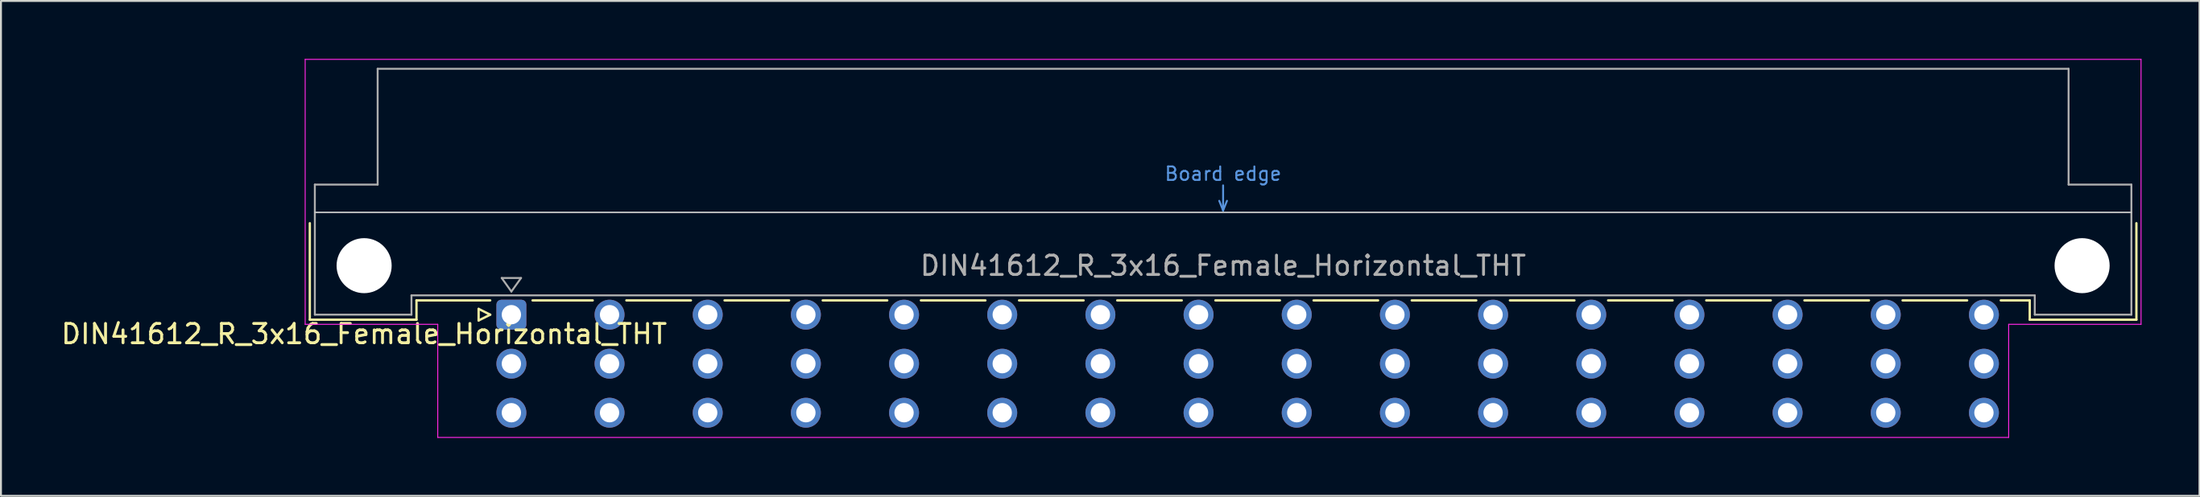
<source format=kicad_pcb>
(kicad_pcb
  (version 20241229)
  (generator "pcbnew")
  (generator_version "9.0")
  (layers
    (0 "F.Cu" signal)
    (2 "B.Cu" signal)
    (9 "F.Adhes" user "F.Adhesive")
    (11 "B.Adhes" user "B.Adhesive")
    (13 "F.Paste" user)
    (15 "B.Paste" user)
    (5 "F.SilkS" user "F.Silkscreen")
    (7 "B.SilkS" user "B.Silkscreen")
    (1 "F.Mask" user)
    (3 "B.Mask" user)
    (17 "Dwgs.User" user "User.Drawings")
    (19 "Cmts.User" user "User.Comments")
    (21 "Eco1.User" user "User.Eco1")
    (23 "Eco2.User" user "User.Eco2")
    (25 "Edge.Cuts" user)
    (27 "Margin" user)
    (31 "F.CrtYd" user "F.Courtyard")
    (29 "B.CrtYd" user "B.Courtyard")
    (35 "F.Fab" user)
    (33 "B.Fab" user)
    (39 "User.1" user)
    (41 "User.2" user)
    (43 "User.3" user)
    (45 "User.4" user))
  (footprint "DIN41612_R_3x16_Female_Horizontal_THT"
    (layer "F.Cu")
    (at 20.872 13.255)
    (property "Reference" "DIN41612_R_3x16_Female_Horizontal_THT" (at -5.08 1 0) (layer "F.SilkS") (effects (font (size 1 1) (thickness 0.15))))
    (attr through_hole)
    (fp_line (start -7.89 -4.74) (end -7.89 0.26) (stroke (width 0.12) (type solid)) (layer "F.SilkS"))
    (fp_line (start -7.89 0.26) (end -2.37 0.26) (stroke (width 0.12) (type solid)) (layer "F.SilkS"))
    (fp_line (start -2.371 -0.74) (end 1.445 -0.74) (stroke (width 0.12) (type solid)) (layer "F.SilkS"))
    (fp_line (start -2.37 0.26) (end -2.37 -0.74) (stroke (width 0.12) (type solid)) (layer "F.SilkS"))
    (fp_line (start 0.845 -0.3) (end 0.845 0.3) (stroke (width 0.12) (type solid)) (layer "F.SilkS"))
    (fp_line (start 0.845 0.3) (end 1.445 0) (stroke (width 0.12) (type solid)) (layer "F.SilkS"))
    (fp_line (start 1.445 0) (end 0.845 -0.3) (stroke (width 0.12) (type solid)) (layer "F.SilkS"))
    (fp_line (start 3.635 -0.74) (end 6.751 -0.74) (stroke (width 0.12) (type solid)) (layer "F.SilkS"))
    (fp_line (start 8.49 -0.74) (end 11.831 -0.74) (stroke (width 0.12) (type solid)) (layer "F.SilkS"))
    (fp_line (start 13.57 -0.74) (end 16.911 -0.74) (stroke (width 0.12) (type solid)) (layer "F.SilkS"))
    (fp_line (start 18.65 -0.74) (end 21.991 -0.74) (stroke (width 0.12) (type solid)) (layer "F.SilkS"))
    (fp_line (start 23.73 -0.74) (end 27.071 -0.74) (stroke (width 0.12) (type solid)) (layer "F.SilkS"))
    (fp_line (start 28.81 -0.74) (end 32.151 -0.74) (stroke (width 0.12) (type solid)) (layer "F.SilkS"))
    (fp_line (start 33.89 -0.74) (end 37.231 -0.74) (stroke (width 0.12) (type solid)) (layer "F.SilkS"))
    (fp_line (start 38.97 -0.74) (end 42.311 -0.74) (stroke (width 0.12) (type solid)) (layer "F.SilkS"))
    (fp_line (start 44.05 -0.74) (end 47.391 -0.74) (stroke (width 0.12) (type solid)) (layer "F.SilkS"))
    (fp_line (start 49.13 -0.74) (end 52.471 -0.74) (stroke (width 0.12) (type solid)) (layer "F.SilkS"))
    (fp_line (start 54.21 -0.74) (end 57.551 -0.74) (stroke (width 0.12) (type solid)) (layer "F.SilkS"))
    (fp_line (start 59.29 -0.74) (end 62.631 -0.74) (stroke (width 0.12) (type solid)) (layer "F.SilkS"))
    (fp_line (start 64.37 -0.74) (end 67.711 -0.74) (stroke (width 0.12) (type solid)) (layer "F.SilkS"))
    (fp_line (start 69.45 -0.74) (end 72.791 -0.74) (stroke (width 0.12) (type solid)) (layer "F.SilkS"))
    (fp_line (start 74.53 -0.74) (end 77.871 -0.74) (stroke (width 0.12) (type solid)) (layer "F.SilkS"))
    (fp_line (start 79.61 -0.74) (end 81.11 -0.74) (stroke (width 0.12) (type solid)) (layer "F.SilkS"))
    (fp_line (start 81.11 0.26) (end 81.11 -0.74) (stroke (width 0.12) (type solid)) (layer "F.SilkS"))
    (fp_line (start 86.63 -4.74) (end 86.63 0.26) (stroke (width 0.12) (type solid)) (layer "F.SilkS"))
    (fp_line (start 86.63 0.26) (end 81.11 0.26) (stroke (width 0.12) (type solid)) (layer "F.SilkS"))
    (fp_line (start -7.63 -5.3) (end 86.37 -5.3) (stroke (width 0.08) (type solid)) (layer "Dwgs.User"))
    (fp_line (start 39.17 -5.9) (end 39.37 -5.4) (stroke (width 0.1) (type solid)) (layer "Cmts.User"))
    (fp_line (start 39.37 -5.4) (end 39.37 -6.7) (stroke (width 0.1) (type solid)) (layer "Cmts.User"))
    (fp_line (start 39.37 -5.4) (end 39.57 -5.9) (stroke (width 0.1) (type solid)) (layer "Cmts.User"))
    (fp_line (start -8.13 -13.23) (end -8.13 0.5) (stroke (width 0.05) (type solid)) (layer "F.CrtYd"))
    (fp_line (start -8.13 0.5) (end -1.27 0.5) (stroke (width 0.05) (type solid)) (layer "F.CrtYd"))
    (fp_line (start -1.27 0.5) (end -1.27 6.36) (stroke (width 0.05) (type solid)) (layer "F.CrtYd"))
    (fp_line (start -1.27 6.36) (end 80.02 6.36) (stroke (width 0.05) (type solid)) (layer "F.CrtYd"))
    (fp_line (start 80.02 0.5) (end 86.87 0.5) (stroke (width 0.05) (type solid)) (layer "F.CrtYd"))
    (fp_line (start 80.02 6.36) (end 80.02 0.5) (stroke (width 0.05) (type solid)) (layer "F.CrtYd"))
    (fp_line (start 86.87 -13.23) (end -8.13 -13.23) (stroke (width 0.05) (type solid)) (layer "F.CrtYd"))
    (fp_line (start 86.87 0.5) (end 86.87 -13.23) (stroke (width 0.05) (type solid)) (layer "F.CrtYd"))
    (fp_line (start -7.63 -6.74) (end -7.63 0) (stroke (width 0.1) (type solid)) (layer "F.Fab"))
    (fp_line (start -7.63 0) (end -2.63 0) (stroke (width 0.1) (type solid)) (layer "F.Fab"))
    (fp_line (start -4.38 -12.74) (end -4.38 -6.74) (stroke (width 0.1) (type solid)) (layer "F.Fab"))
    (fp_line (start -4.38 -6.74) (end -7.63 -6.74) (stroke (width 0.1) (type solid)) (layer "F.Fab"))
    (fp_line (start -2.63 -1) (end 81.37 -1) (stroke (width 0.1) (type solid)) (layer "F.Fab"))
    (fp_line (start -2.63 0) (end -2.63 -1) (stroke (width 0.1) (type solid)) (layer "F.Fab"))
    (fp_line (start 2.04 -1.9) (end 3.04 -1.9) (stroke (width 0.1) (type solid)) (layer "F.Fab"))
    (fp_line (start 2.54 -1.2) (end 2.04 -1.9) (stroke (width 0.1) (type solid)) (layer "F.Fab"))
    (fp_line (start 3.04 -1.9) (end 2.54 -1.2) (stroke (width 0.1) (type solid)) (layer "F.Fab"))
    (fp_line (start 81.37 -1) (end 81.37 0) (stroke (width 0.1) (type solid)) (layer "F.Fab"))
    (fp_line (start 81.37 0) (end 86.37 0) (stroke (width 0.1) (type solid)) (layer "F.Fab"))
    (fp_line (start 83.12 -12.74) (end -4.38 -12.74) (stroke (width 0.1) (type solid)) (layer "F.Fab"))
    (fp_line (start 83.12 -6.74) (end 83.12 -12.74) (stroke (width 0.1) (type solid)) (layer "F.Fab"))
    (fp_line (start 86.37 -6.74) (end 83.12 -6.74) (stroke (width 0.1) (type solid)) (layer "F.Fab"))
    (fp_line (start 86.37 0) (end 86.37 -6.74) (stroke (width 0.1) (type solid)) (layer "F.Fab"))
    (fp_text user "Board edge" (at 39.37 -7.3 0) (layer "Cmts.User") (effects (font (size 0.7 0.7) (thickness 0.1))))
    (fp_text user "${REFERENCE}" (at 39.37 -2.54 0) (layer "F.Fab") (effects (font (size 1 1) (thickness 0.15))))
    (pad "" np_thru_hole circle (at -5.08 -2.54) (size 2.85 2.85) (drill 2.85) (layers "*.Cu" "*.Mask"))
    (pad "" np_thru_hole circle (at 83.82 -2.54) (size 2.85 2.85) (drill 2.85) (layers "*.Cu" "*.Mask"))
    (pad "a2" thru_hole roundrect (at 2.54 0) (size 1.55 1.55) (drill 1) (layers "*.Cu" "*.Mask") (roundrect_rratio 0.161))
    (pad "a4" thru_hole circle (at 7.62 0) (size 1.55 1.55) (drill 1) (layers "*.Cu" "*.Mask"))
    (pad "a6" thru_hole circle (at 12.7 0) (size 1.55 1.55) (drill 1) (layers "*.Cu" "*.Mask"))
    (pad "a8" thru_hole circle (at 17.78 0) (size 1.55 1.55) (drill 1) (layers "*.Cu" "*.Mask"))
    (pad "a10" thru_hole circle (at 22.86 0) (size 1.55 1.55) (drill 1) (layers "*.Cu" "*.Mask"))
    (pad "a12" thru_hole circle (at 27.94 0) (size 1.55 1.55) (drill 1) (layers "*.Cu" "*.Mask"))
    (pad "a14" thru_hole circle (at 33.02 0) (size 1.55 1.55) (drill 1) (layers "*.Cu" "*.Mask"))
    (pad "a16" thru_hole circle (at 38.1 0) (size 1.55 1.55) (drill 1) (layers "*.Cu" "*.Mask"))
    (pad "a18" thru_hole circle (at 43.18 0) (size 1.55 1.55) (drill 1) (layers "*.Cu" "*.Mask"))
    (pad "a20" thru_hole circle (at 48.26 0) (size 1.55 1.55) (drill 1) (layers "*.Cu" "*.Mask"))
    (pad "a22" thru_hole circle (at 53.34 0) (size 1.55 1.55) (drill 1) (layers "*.Cu" "*.Mask"))
    (pad "a24" thru_hole circle (at 58.42 0) (size 1.55 1.55) (drill 1) (layers "*.Cu" "*.Mask"))
    (pad "a26" thru_hole circle (at 63.5 0) (size 1.55 1.55) (drill 1) (layers "*.Cu" "*.Mask"))
    (pad "a28" thru_hole circle (at 68.58 0) (size 1.55 1.55) (drill 1) (layers "*.Cu" "*.Mask"))
    (pad "a30" thru_hole circle (at 73.66 0) (size 1.55 1.55) (drill 1) (layers "*.Cu" "*.Mask"))
    (pad "a32" thru_hole circle (at 78.74 0) (size 1.55 1.55) (drill 1) (layers "*.Cu" "*.Mask"))
    (pad "b2" thru_hole circle (at 2.54 2.54) (size 1.55 1.55) (drill 1) (layers "*.Cu" "*.Mask"))
    (pad "b4" thru_hole circle (at 7.62 2.54) (size 1.55 1.55) (drill 1) (layers "*.Cu" "*.Mask"))
    (pad "b6" thru_hole circle (at 12.7 2.54) (size 1.55 1.55) (drill 1) (layers "*.Cu" "*.Mask"))
    (pad "b8" thru_hole circle (at 17.78 2.54) (size 1.55 1.55) (drill 1) (layers "*.Cu" "*.Mask"))
    (pad "b10" thru_hole circle (at 22.86 2.54) (size 1.55 1.55) (drill 1) (layers "*.Cu" "*.Mask"))
    (pad "b12" thru_hole circle (at 27.94 2.54) (size 1.55 1.55) (drill 1) (layers "*.Cu" "*.Mask"))
    (pad "b14" thru_hole circle (at 33.02 2.54) (size 1.55 1.55) (drill 1) (layers "*.Cu" "*.Mask"))
    (pad "b16" thru_hole circle (at 38.1 2.54) (size 1.55 1.55) (drill 1) (layers "*.Cu" "*.Mask"))
    (pad "b18" thru_hole circle (at 43.18 2.54) (size 1.55 1.55) (drill 1) (layers "*.Cu" "*.Mask"))
    (pad "b20" thru_hole circle (at 48.26 2.54) (size 1.55 1.55) (drill 1) (layers "*.Cu" "*.Mask"))
    (pad "b22" thru_hole circle (at 53.34 2.54) (size 1.55 1.55) (drill 1) (layers "*.Cu" "*.Mask"))
    (pad "b24" thru_hole circle (at 58.42 2.54) (size 1.55 1.55) (drill 1) (layers "*.Cu" "*.Mask"))
    (pad "b26" thru_hole circle (at 63.5 2.54) (size 1.55 1.55) (drill 1) (layers "*.Cu" "*.Mask"))
    (pad "b28" thru_hole circle (at 68.58 2.54) (size 1.55 1.55) (drill 1) (layers "*.Cu" "*.Mask"))
    (pad "b30" thru_hole circle (at 73.66 2.54) (size 1.55 1.55) (drill 1) (layers "*.Cu" "*.Mask"))
    (pad "b32" thru_hole circle (at 78.74 2.54) (size 1.55 1.55) (drill 1) (layers "*.Cu" "*.Mask"))
    (pad "c2" thru_hole circle (at 2.54 5.08) (size 1.55 1.55) (drill 1) (layers "*.Cu" "*.Mask"))
    (pad "c4" thru_hole circle (at 7.62 5.08) (size 1.55 1.55) (drill 1) (layers "*.Cu" "*.Mask"))
    (pad "c6" thru_hole circle (at 12.7 5.08) (size 1.55 1.55) (drill 1) (layers "*.Cu" "*.Mask"))
    (pad "c8" thru_hole circle (at 17.78 5.08) (size 1.55 1.55) (drill 1) (layers "*.Cu" "*.Mask"))
    (pad "c10" thru_hole circle (at 22.86 5.08) (size 1.55 1.55) (drill 1) (layers "*.Cu" "*.Mask"))
    (pad "c12" thru_hole circle (at 27.94 5.08) (size 1.55 1.55) (drill 1) (layers "*.Cu" "*.Mask"))
    (pad "c14" thru_hole circle (at 33.02 5.08) (size 1.55 1.55) (drill 1) (layers "*.Cu" "*.Mask"))
    (pad "c16" thru_hole circle (at 38.1 5.08) (size 1.55 1.55) (drill 1) (layers "*.Cu" "*.Mask"))
    (pad "c18" thru_hole circle (at 43.18 5.08) (size 1.55 1.55) (drill 1) (layers "*.Cu" "*.Mask"))
    (pad "c20" thru_hole circle (at 48.26 5.08) (size 1.55 1.55) (drill 1) (layers "*.Cu" "*.Mask"))
    (pad "c22" thru_hole circle (at 53.34 5.08) (size 1.55 1.55) (drill 1) (layers "*.Cu" "*.Mask"))
    (pad "c24" thru_hole circle (at 58.42 5.08) (size 1.55 1.55) (drill 1) (layers "*.Cu" "*.Mask"))
    (pad "c26" thru_hole circle (at 63.5 5.08) (size 1.55 1.55) (drill 1) (layers "*.Cu" "*.Mask"))
    (pad "c28" thru_hole circle (at 68.58 5.08) (size 1.55 1.55) (drill 1) (layers "*.Cu" "*.Mask"))
    (pad "c30" thru_hole circle (at 73.66 5.08) (size 1.55 1.55) (drill 1) (layers "*.Cu" "*.Mask"))
    (pad "c32" thru_hole circle (at 78.74 5.08) (size 1.55 1.55) (drill 1) (layers "*.Cu" "*.Mask")))
  (gr_rect
    (start -3 -3)
    (end 110.767 22.64)
    (stroke (width 0.1) (type default))
    (fill no)
    (layer "Edge.Cuts")))
</source>
